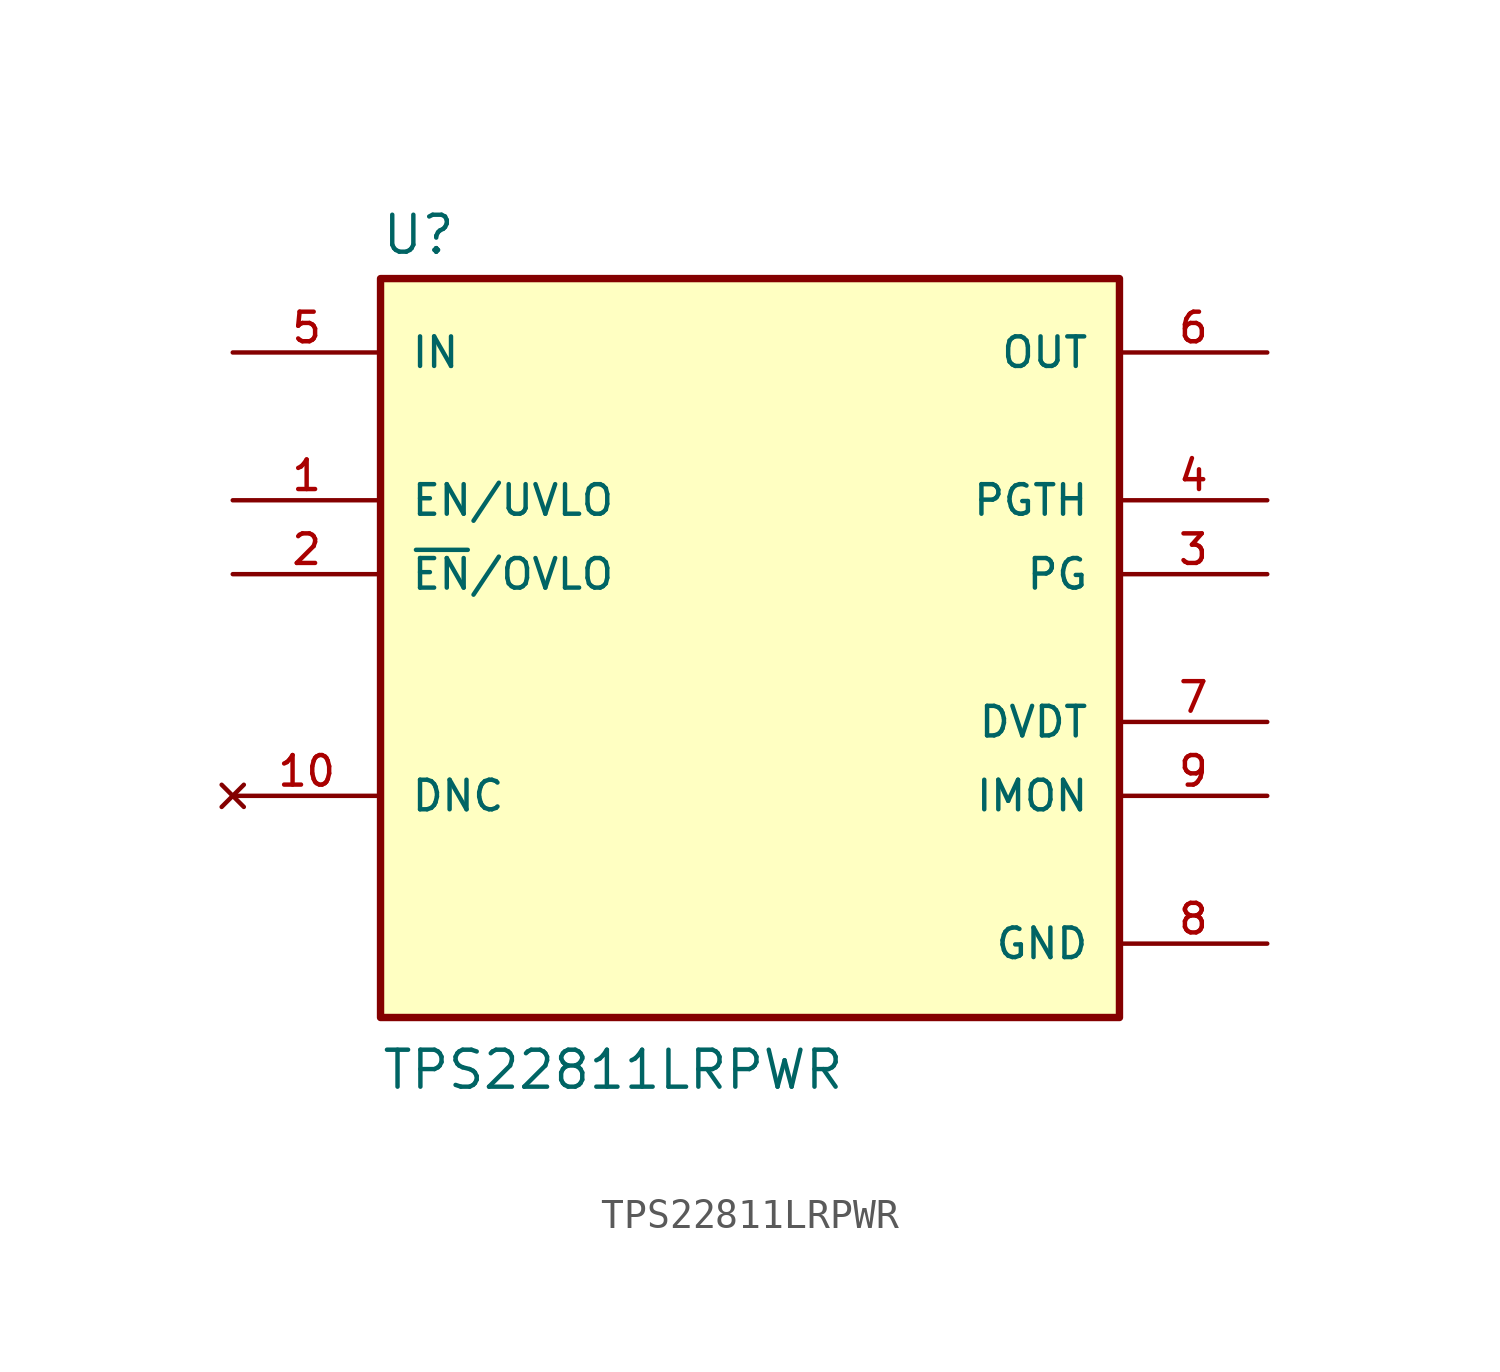
<source format=kicad_sym>
(kicad_symbol_lib
  (version 20231120)
  (generator "kicad_symbol_editor")
  (generator_version "8.0")
  (symbol "TPS22811LRPWR"
    (pin_names
      (offset 1.016))
    (property "Reference" "U"
      (at -12.7 13.462 0)
      (effects (font (size 1.27 1.27)) (justify left bottom)))
    (property "Value" "TPS22811LRPWR"
      (at -12.7 -15.24 0)
      (effects (font (size 1.27 1.27)) (justify left bottom)))
    (symbol "TPS22811LRPWR_0_0"
      (rectangle (start -12.7 -12.7) (end 12.7 12.7) (stroke (width 0.254) (type default)) (fill (type background)))
      (pin input line (at -17.78 5.08 0) (length 5.08) (name "EN/UVLO" (effects (font (size 1.016 1.016)))) (number "1" (effects (font (size 1.016 1.016)))))
      (pin no_connect line (at -17.78 -5.08 0) (length 5.08) (name "DNC" (effects (font (size 1.016 1.016)))) (number "10" (effects (font (size 1.016 1.016)))))
      (pin input line (at -17.78 2.54 0) (length 5.08) (name "~{EN}/OVLO" (effects (font (size 1.016 1.016)))) (number "2" (effects (font (size 1.016 1.016)))))
      (pin output line (at 17.78 2.54 180) (length 5.08) (name "PG" (effects (font (size 1.016 1.016)))) (number "3" (effects (font (size 1.016 1.016)))))
      (pin input line (at 17.78 5.08 180) (length 5.08) (name "PGTH" (effects (font (size 1.016 1.016)))) (number "4" (effects (font (size 1.016 1.016)))))
      (pin input line (at -17.78 10.16 0) (length 5.08) (name "IN" (effects (font (size 1.016 1.016)))) (number "5" (effects (font (size 1.016 1.016)))))
      (pin output line (at 17.78 10.16 180) (length 5.08) (name "OUT" (effects (font (size 1.016 1.016)))) (number "6" (effects (font (size 1.016 1.016)))))
      (pin output line (at 17.78 -2.54 180) (length 5.08) (name "DVDT" (effects (font (size 1.016 1.016)))) (number "7" (effects (font (size 1.016 1.016)))))
      (pin power_in line (at 17.78 -10.16 180) (length 5.08) (name "GND" (effects (font (size 1.016 1.016)))) (number "8" (effects (font (size 1.016 1.016)))))
      (pin output line (at 17.78 -5.08 180) (length 5.08) (name "IMON" (effects (font (size 1.016 1.016)))) (number "9" (effects (font (size 1.016 1.016))))))))
</source>
